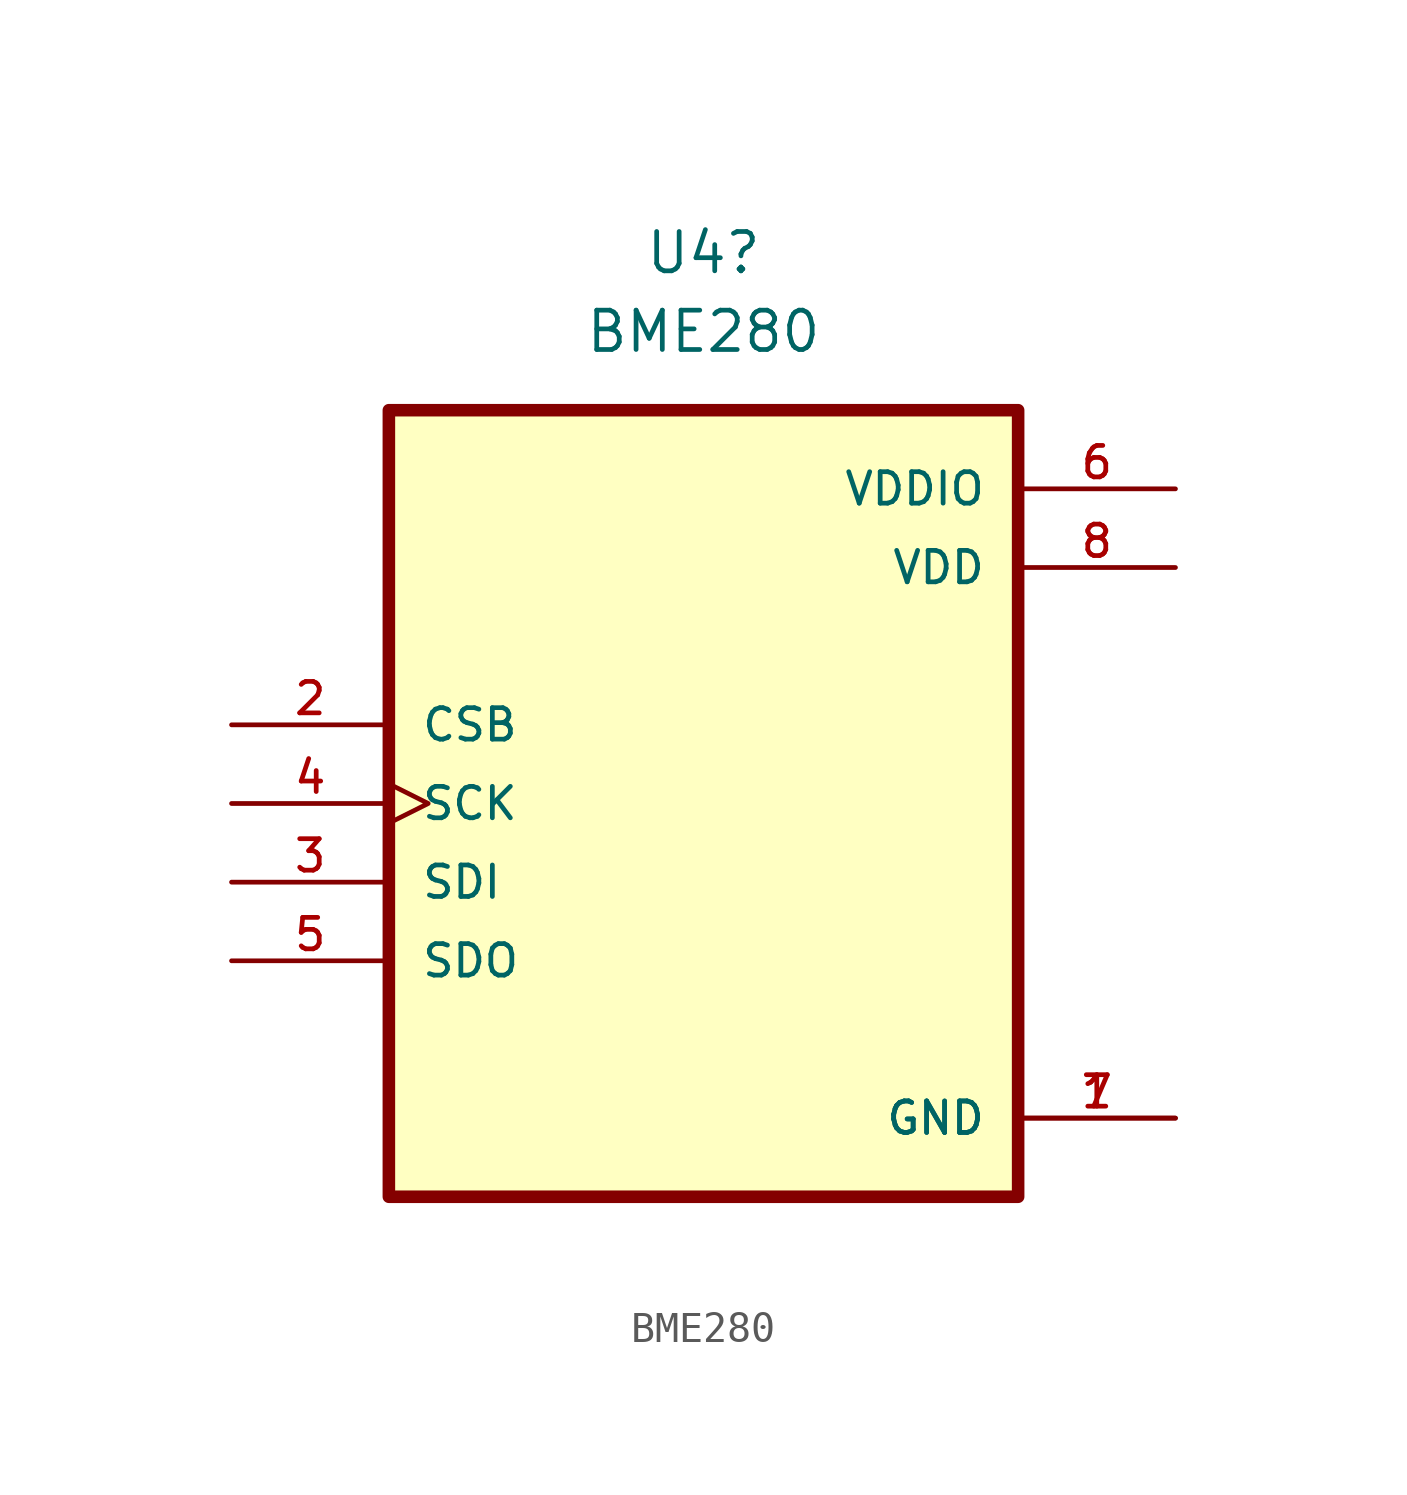
<source format=kicad_sym>
(kicad_symbol_lib
  (version 20241209)
  (generator "kicad_symbol_editor")
  (generator_version "9.0")
  (symbol "BME280"
    (pin_names
      (offset 1.016))
    (property "Reference" "U4"
      (at 0 17.78 0)
      (effects (font (size 1.27 1.27))))
    (property "Value" "BME280"
      (at 0 15.24 0)
      (effects (font (size 1.27 1.27))))
    (symbol "BME280_0_0"
      (rectangle (start -10.16 12.7) (end 10.16 -12.7) (stroke (width 0.406) (type default)) (fill (type background)))
      (pin input line (at -15.24 2.54 0) (length 5.08) (name "CSB" (effects (font (size 1.016 1.016)))) (number "2" (effects (font (size 1.016 1.016)))))
      (pin input clock (at -15.24 0 0) (length 5.08) (name "SCK" (effects (font (size 1.016 1.016)))) (number "4" (effects (font (size 1.016 1.016)))))
      (pin bidirectional line (at -15.24 -2.54 0) (length 5.08) (name "SDI" (effects (font (size 1.016 1.016)))) (number "3" (effects (font (size 1.016 1.016)))))
      (pin bidirectional line (at -15.24 -5.08 0) (length 5.08) (name "SDO" (effects (font (size 1.016 1.016)))) (number "5" (effects (font (size 1.016 1.016)))))
      (pin power_in line (at 15.24 10.16 180) (length 5.08) (name "VDDIO" (effects (font (size 1.016 1.016)))) (number "6" (effects (font (size 1.016 1.016)))))
      (pin power_in line (at 15.24 7.62 180) (length 5.08) (name "VDD" (effects (font (size 1.016 1.016)))) (number "8" (effects (font (size 1.016 1.016)))))
      (pin power_in line (at 15.24 -10.16 180) (length 5.08) (name "GND" (effects (font (size 1.016 1.016)))) (number "1" (effects (font (size 1.016 1.016)))))
      (pin power_in line (at 15.24 -10.16 180) (length 5.08) (name "GND" (effects (font (size 1.016 1.016)))) (number "7" (effects (font (size 1.016 1.016))))))))
</source>
